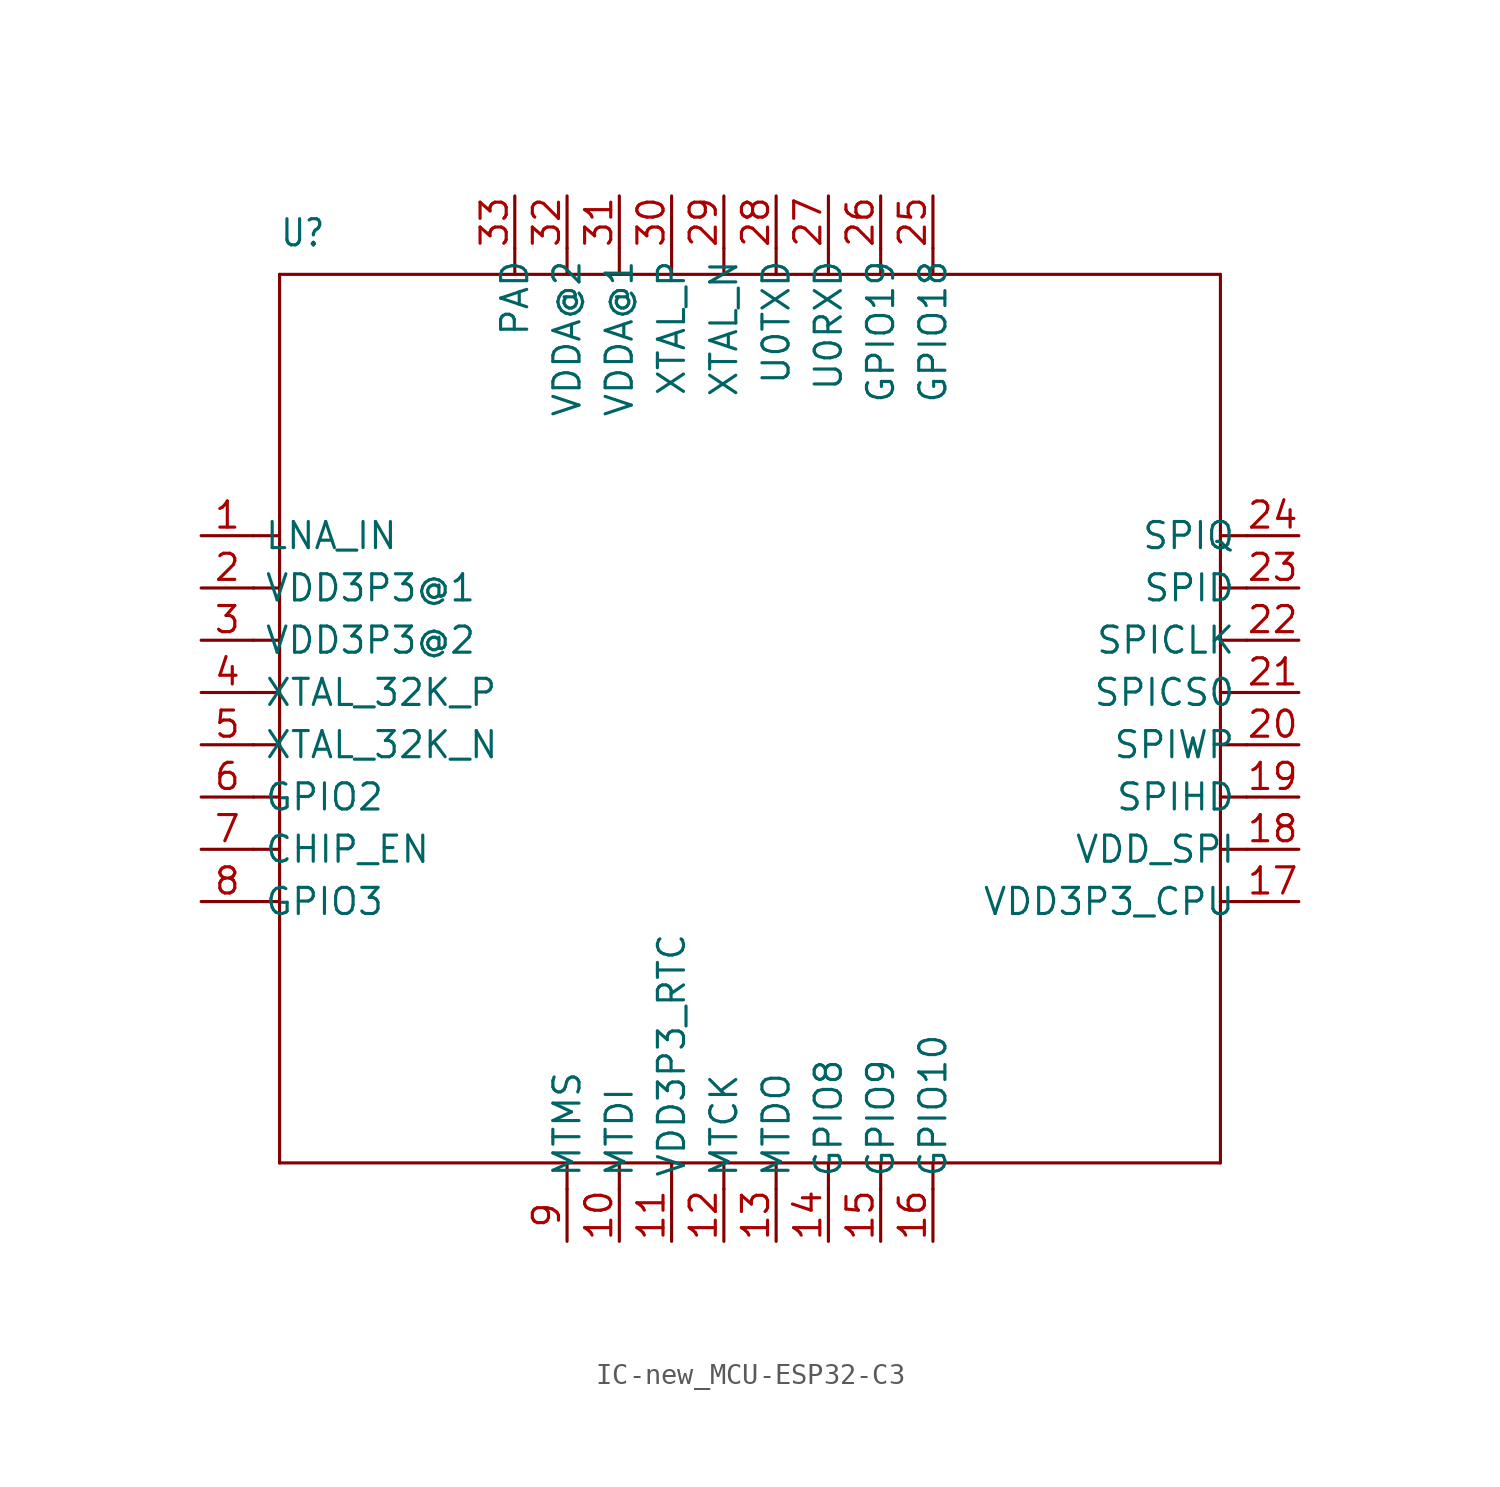
<source format=kicad_sym>
(kicad_symbol_lib
  (version 20231120)
  (generator "kicad_symbol_editor")
  (generator_version "8.0")
  (symbol "IC-new_MCU-ESP32-C3"
    (property "Reference" "U"
      (at -22.86 22.86 0)
      (effects (font (size 1.27 1.079)) (justify left bottom)))
    (property "Value" ""
      (at -22.86 21.59 0)
      (effects (font (size 1.27 1.079)) (justify left bottom)))
    (property "ki_locked" ""
      (at 0 0 0)
      (effects (font (size 1.27 1.27))))
    (symbol "IC-new_MCU-ESP32-C3_1_0"
      (polyline (pts (xy -22.86 -21.59) (xy 22.86 -21.59)) (stroke (width 0.152) (type solid)) (fill (type none)))
      (polyline (pts (xy -22.86 -8.89) (xy -24.13 -8.89)) (stroke (width 0.152) (type solid)) (fill (type none)))
      (polyline (pts (xy -22.86 -8.89) (xy -22.86 -21.59)) (stroke (width 0.152) (type solid)) (fill (type none)))
      (polyline (pts (xy -22.86 -6.35) (xy -24.13 -6.35)) (stroke (width 0.152) (type solid)) (fill (type none)))
      (polyline (pts (xy -22.86 -6.35) (xy -22.86 -8.89)) (stroke (width 0.152) (type solid)) (fill (type none)))
      (polyline (pts (xy -22.86 -3.81) (xy -24.13 -3.81)) (stroke (width 0.152) (type solid)) (fill (type none)))
      (polyline (pts (xy -22.86 -3.81) (xy -22.86 -6.35)) (stroke (width 0.152) (type solid)) (fill (type none)))
      (polyline (pts (xy -22.86 -1.27) (xy -24.13 -1.27)) (stroke (width 0.152) (type solid)) (fill (type none)))
      (polyline (pts (xy -22.86 -1.27) (xy -22.86 -3.81)) (stroke (width 0.152) (type solid)) (fill (type none)))
      (polyline (pts (xy -22.86 1.27) (xy -24.13 1.27)) (stroke (width 0.152) (type solid)) (fill (type none)))
      (polyline (pts (xy -22.86 1.27) (xy -22.86 -1.27)) (stroke (width 0.152) (type solid)) (fill (type none)))
      (polyline (pts (xy -22.86 3.81) (xy -24.13 3.81)) (stroke (width 0.152) (type solid)) (fill (type none)))
      (polyline (pts (xy -22.86 3.81) (xy -22.86 1.27)) (stroke (width 0.152) (type solid)) (fill (type none)))
      (polyline (pts (xy -22.86 6.35) (xy -24.13 6.35)) (stroke (width 0.152) (type solid)) (fill (type none)))
      (polyline (pts (xy -22.86 6.35) (xy -22.86 3.81)) (stroke (width 0.152) (type solid)) (fill (type none)))
      (polyline (pts (xy -22.86 8.89) (xy -24.13 8.89)) (stroke (width 0.152) (type solid)) (fill (type none)))
      (polyline (pts (xy -22.86 8.89) (xy -22.86 6.35)) (stroke (width 0.152) (type solid)) (fill (type none)))
      (polyline (pts (xy -22.86 21.59) (xy -22.86 8.89)) (stroke (width 0.152) (type solid)) (fill (type none)))
      (polyline (pts (xy -11.43 22.86) (xy -11.43 21.59)) (stroke (width 0.152) (type solid)) (fill (type none)))
      (polyline (pts (xy -8.89 -21.59) (xy -8.89 -22.86)) (stroke (width 0.152) (type solid)) (fill (type none)))
      (polyline (pts (xy -8.89 22.86) (xy -8.89 21.59)) (stroke (width 0.152) (type solid)) (fill (type none)))
      (polyline (pts (xy -6.35 -21.59) (xy -6.35 -22.86)) (stroke (width 0.152) (type solid)) (fill (type none)))
      (polyline (pts (xy -6.35 22.86) (xy -6.35 21.59)) (stroke (width 0.152) (type solid)) (fill (type none)))
      (polyline (pts (xy -3.81 -21.59) (xy -3.81 -22.86)) (stroke (width 0.152) (type solid)) (fill (type none)))
      (polyline (pts (xy -3.81 22.86) (xy -3.81 21.59)) (stroke (width 0.152) (type solid)) (fill (type none)))
      (polyline (pts (xy -1.27 -21.59) (xy -1.27 -22.86)) (stroke (width 0.152) (type solid)) (fill (type none)))
      (polyline (pts (xy -1.27 22.86) (xy -1.27 21.59)) (stroke (width 0.152) (type solid)) (fill (type none)))
      (polyline (pts (xy 1.27 -21.59) (xy 1.27 -22.86)) (stroke (width 0.152) (type solid)) (fill (type none)))
      (polyline (pts (xy 1.27 22.86) (xy 1.27 21.59)) (stroke (width 0.152) (type solid)) (fill (type none)))
      (polyline (pts (xy 3.81 -21.59) (xy 3.81 -22.86)) (stroke (width 0.152) (type solid)) (fill (type none)))
      (polyline (pts (xy 3.81 22.86) (xy 3.81 21.59)) (stroke (width 0.152) (type solid)) (fill (type none)))
      (polyline (pts (xy 6.35 -21.59) (xy 6.35 -22.86)) (stroke (width 0.152) (type solid)) (fill (type none)))
      (polyline (pts (xy 6.35 22.86) (xy 6.35 21.59)) (stroke (width 0.152) (type solid)) (fill (type none)))
      (polyline (pts (xy 8.89 -21.59) (xy 8.89 -22.86)) (stroke (width 0.152) (type solid)) (fill (type none)))
      (polyline (pts (xy 8.89 21.59) (xy -22.86 21.59)) (stroke (width 0.152) (type solid)) (fill (type none)))
      (polyline (pts (xy 8.89 22.86) (xy 8.89 21.59)) (stroke (width 0.152) (type solid)) (fill (type none)))
      (polyline (pts (xy 22.86 -21.59) (xy 22.86 21.59)) (stroke (width 0.152) (type solid)) (fill (type none)))
      (polyline (pts (xy 22.86 21.59) (xy 8.89 21.59)) (stroke (width 0.152) (type solid)) (fill (type none)))
      (polyline (pts (xy 24.13 -8.89) (xy 22.86 -8.89)) (stroke (width 0.152) (type solid)) (fill (type none)))
      (polyline (pts (xy 24.13 -6.35) (xy 22.86 -6.35)) (stroke (width 0.152) (type solid)) (fill (type none)))
      (polyline (pts (xy 24.13 -3.81) (xy 22.86 -3.81)) (stroke (width 0.152) (type solid)) (fill (type none)))
      (polyline (pts (xy 24.13 -1.27) (xy 22.86 -1.27)) (stroke (width 0.152) (type solid)) (fill (type none)))
      (polyline (pts (xy 24.13 1.27) (xy 22.86 1.27)) (stroke (width 0.152) (type solid)) (fill (type none)))
      (polyline (pts (xy 24.13 3.81) (xy 22.86 3.81)) (stroke (width 0.152) (type solid)) (fill (type none)))
      (polyline (pts (xy 24.13 6.35) (xy 22.86 6.35)) (stroke (width 0.152) (type solid)) (fill (type none)))
      (polyline (pts (xy 24.13 8.89) (xy 22.86 8.89)) (stroke (width 0.152) (type solid)) (fill (type none)))
      (pin bidirectional line (at -26.67 8.89 0) (length 2.54) (name "LNA_IN" (effects (font (size 1.27 1.27)))) (number "1" (effects (font (size 1.27 1.27)))))
      (pin bidirectional line (at -6.35 -25.4 90) (length 2.54) (name "MTDI" (effects (font (size 1.27 1.27)))) (number "10" (effects (font (size 1.27 1.27)))))
      (pin bidirectional line (at -3.81 -25.4 90) (length 2.54) (name "VDD3P3_RTC" (effects (font (size 1.27 1.27)))) (number "11" (effects (font (size 1.27 1.27)))))
      (pin bidirectional line (at -1.27 -25.4 90) (length 2.54) (name "MTCK" (effects (font (size 1.27 1.27)))) (number "12" (effects (font (size 1.27 1.27)))))
      (pin bidirectional line (at 1.27 -25.4 90) (length 2.54) (name "MTDO" (effects (font (size 1.27 1.27)))) (number "13" (effects (font (size 1.27 1.27)))))
      (pin bidirectional line (at 3.81 -25.4 90) (length 2.54) (name "GPIO8" (effects (font (size 1.27 1.27)))) (number "14" (effects (font (size 1.27 1.27)))))
      (pin bidirectional line (at 6.35 -25.4 90) (length 2.54) (name "GPIO9" (effects (font (size 1.27 1.27)))) (number "15" (effects (font (size 1.27 1.27)))))
      (pin bidirectional line (at 8.89 -25.4 90) (length 2.54) (name "GPIO10" (effects (font (size 1.27 1.27)))) (number "16" (effects (font (size 1.27 1.27)))))
      (pin bidirectional line (at 26.67 -8.89 180) (length 2.54) (name "VDD3P3_CPU" (effects (font (size 1.27 1.27)))) (number "17" (effects (font (size 1.27 1.27)))))
      (pin bidirectional line (at 26.67 -6.35 180) (length 2.54) (name "VDD_SPI" (effects (font (size 1.27 1.27)))) (number "18" (effects (font (size 1.27 1.27)))))
      (pin bidirectional line (at 26.67 -3.81 180) (length 2.54) (name "SPIHD" (effects (font (size 1.27 1.27)))) (number "19" (effects (font (size 1.27 1.27)))))
      (pin bidirectional line (at -26.67 6.35 0) (length 2.54) (name "VDD3P3@1" (effects (font (size 1.27 1.27)))) (number "2" (effects (font (size 1.27 1.27)))))
      (pin bidirectional line (at 26.67 -1.27 180) (length 2.54) (name "SPIWP" (effects (font (size 1.27 1.27)))) (number "20" (effects (font (size 1.27 1.27)))))
      (pin bidirectional line (at 26.67 1.27 180) (length 2.54) (name "SPICS0" (effects (font (size 1.27 1.27)))) (number "21" (effects (font (size 1.27 1.27)))))
      (pin bidirectional line (at 26.67 3.81 180) (length 2.54) (name "SPICLK" (effects (font (size 1.27 1.27)))) (number "22" (effects (font (size 1.27 1.27)))))
      (pin bidirectional line (at 26.67 6.35 180) (length 2.54) (name "SPID" (effects (font (size 1.27 1.27)))) (number "23" (effects (font (size 1.27 1.27)))))
      (pin bidirectional line (at 26.67 8.89 180) (length 2.54) (name "SPIQ" (effects (font (size 1.27 1.27)))) (number "24" (effects (font (size 1.27 1.27)))))
      (pin bidirectional line (at 8.89 25.4 270) (length 2.54) (name "GPIO18" (effects (font (size 1.27 1.27)))) (number "25" (effects (font (size 1.27 1.27)))))
      (pin bidirectional line (at 6.35 25.4 270) (length 2.54) (name "GPIO19" (effects (font (size 1.27 1.27)))) (number "26" (effects (font (size 1.27 1.27)))))
      (pin bidirectional line (at 3.81 25.4 270) (length 2.54) (name "U0RXD" (effects (font (size 1.27 1.27)))) (number "27" (effects (font (size 1.27 1.27)))))
      (pin bidirectional line (at 1.27 25.4 270) (length 2.54) (name "U0TXD" (effects (font (size 1.27 1.27)))) (number "28" (effects (font (size 1.27 1.27)))))
      (pin bidirectional line (at -1.27 25.4 270) (length 2.54) (name "XTAL_N" (effects (font (size 1.27 1.27)))) (number "29" (effects (font (size 1.27 1.27)))))
      (pin bidirectional line (at -26.67 3.81 0) (length 2.54) (name "VDD3P3@2" (effects (font (size 1.27 1.27)))) (number "3" (effects (font (size 1.27 1.27)))))
      (pin bidirectional line (at -3.81 25.4 270) (length 2.54) (name "XTAL_P" (effects (font (size 1.27 1.27)))) (number "30" (effects (font (size 1.27 1.27)))))
      (pin bidirectional line (at -6.35 25.4 270) (length 2.54) (name "VDDA@1" (effects (font (size 1.27 1.27)))) (number "31" (effects (font (size 1.27 1.27)))))
      (pin bidirectional line (at -8.89 25.4 270) (length 2.54) (name "VDDA@2" (effects (font (size 1.27 1.27)))) (number "32" (effects (font (size 1.27 1.27)))))
      (pin bidirectional line (at -11.43 25.4 270) (length 2.54) (name "PAD" (effects (font (size 1.27 1.27)))) (number "33" (effects (font (size 1.27 1.27)))))
      (pin bidirectional line (at -26.67 1.27 0) (length 2.54) (name "XTAL_32K_P" (effects (font (size 1.27 1.27)))) (number "4" (effects (font (size 1.27 1.27)))))
      (pin bidirectional line (at -26.67 -1.27 0) (length 2.54) (name "XTAL_32K_N" (effects (font (size 1.27 1.27)))) (number "5" (effects (font (size 1.27 1.27)))))
      (pin bidirectional line (at -26.67 -3.81 0) (length 2.54) (name "GPIO2" (effects (font (size 1.27 1.27)))) (number "6" (effects (font (size 1.27 1.27)))))
      (pin bidirectional line (at -26.67 -6.35 0) (length 2.54) (name "CHIP_EN" (effects (font (size 1.27 1.27)))) (number "7" (effects (font (size 1.27 1.27)))))
      (pin bidirectional line (at -26.67 -8.89 0) (length 2.54) (name "GPIO3" (effects (font (size 1.27 1.27)))) (number "8" (effects (font (size 1.27 1.27)))))
      (pin bidirectional line (at -8.89 -25.4 90) (length 2.54) (name "MTMS" (effects (font (size 1.27 1.27)))) (number "9" (effects (font (size 1.27 1.27))))))))
</source>
